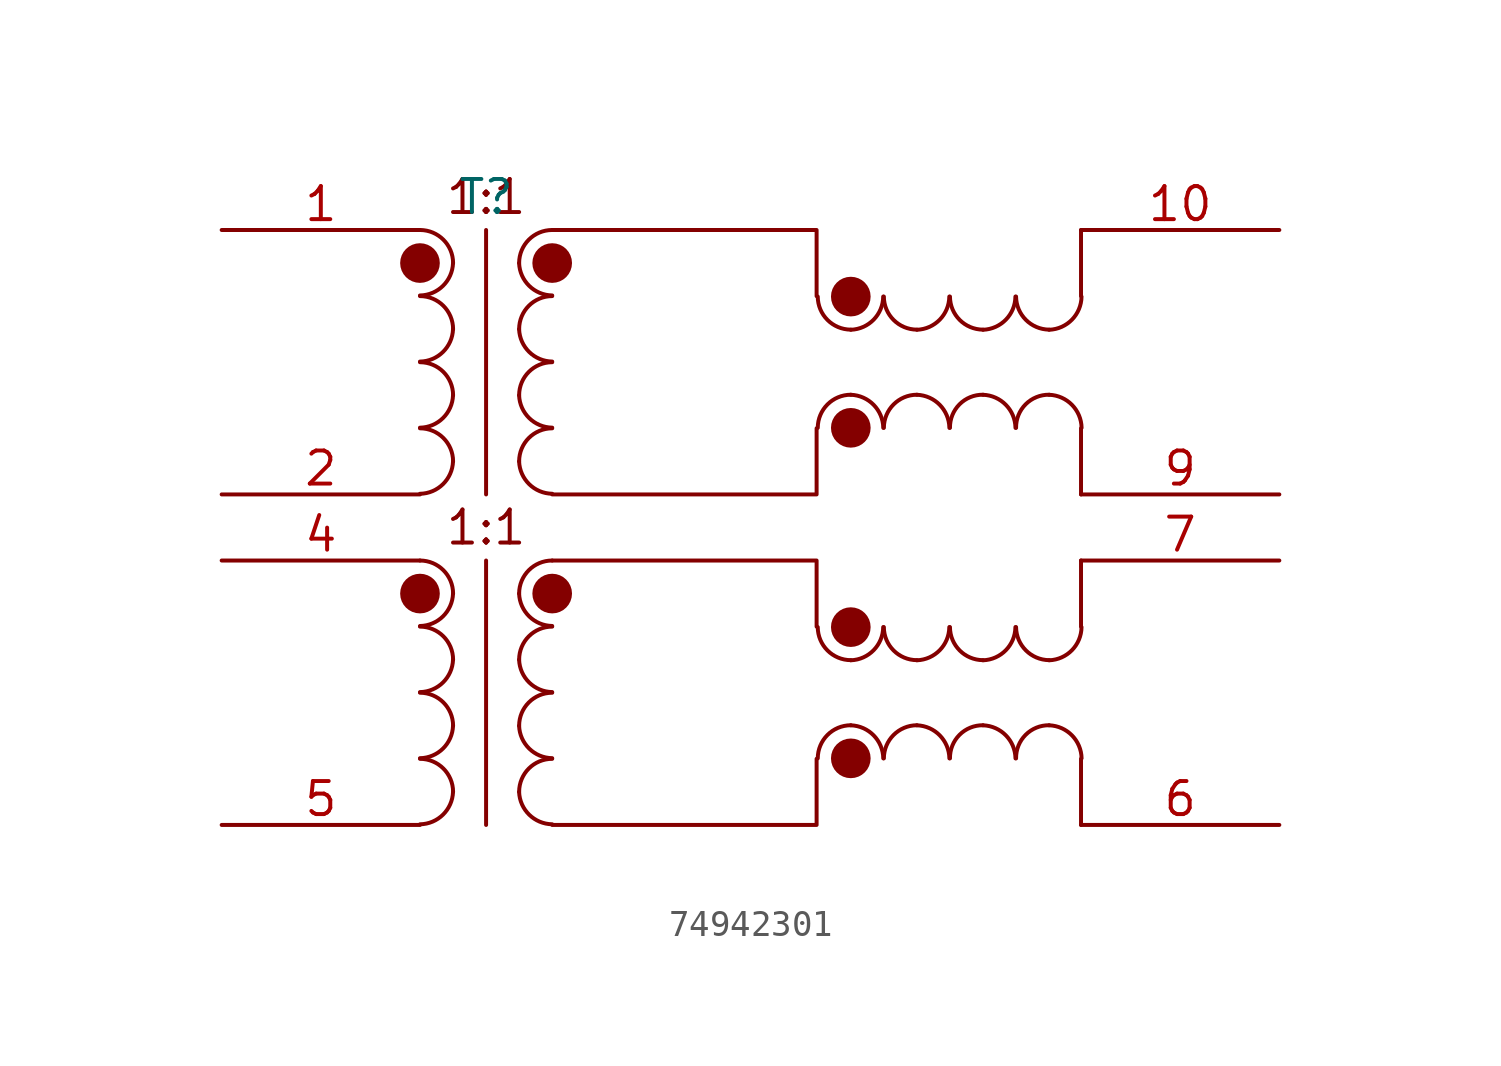
<source format=kicad_sym>
(kicad_symbol_lib
  (version 20220914)
  (generator kicad_symbol_editor)
  (symbol "74942301"
    (pin_names hide)
    (property "Reference" "T"
      (at 0 12.7 0)
      (effects (font (size 1.27 1.27))))
    (property "Critical Parameter" ""
      (at 0 -5.08 0)
      (effects (font (size 1.27 1.27)) (justify left)))
    (symbol "74942301_0_1"
      (arc (start -2.54 -11.4046) (mid -1.6561 -11.0363) (end -1.27 -10.16) (stroke (width 0) (type default)) (fill (type none)))
      (arc (start -2.54 -8.8646) (mid -1.6561 -8.4963) (end -1.27 -7.62) (stroke (width 0) (type default)) (fill (type none)))
      (arc (start -2.54 -6.3246) (mid -1.6561 -5.9563) (end -1.27 -5.08) (stroke (width 0) (type default)) (fill (type none)))
      (arc (start -2.54 -3.7846) (mid -1.6561 -3.4163) (end -1.27 -2.54) (stroke (width 0) (type default)) (fill (type none)))
      (arc (start -2.54 1.2954) (mid -1.6561 1.6637) (end -1.27 2.54) (stroke (width 0) (type default)) (fill (type none)))
      (arc (start -2.54 3.8354) (mid -1.6561 4.2037) (end -1.27 5.08) (stroke (width 0) (type default)) (fill (type none)))
      (arc (start -2.54 6.3754) (mid -1.6561 6.7437) (end -1.27 7.62) (stroke (width 0) (type default)) (fill (type none)))
      (arc (start -2.54 8.9154) (mid -1.6561 9.2837) (end -1.27 10.16) (stroke (width 0) (type default)) (fill (type none)))
      (arc (start -1.27 -10.16) (mid -1.642 -9.262) (end -2.54 -8.89) (stroke (width 0) (type default)) (fill (type none)))
      (arc (start -1.27 -7.62) (mid -1.642 -6.722) (end -2.54 -6.35) (stroke (width 0) (type default)) (fill (type none)))
      (arc (start -1.27 -5.08) (mid -1.642 -4.182) (end -2.54 -3.81) (stroke (width 0) (type default)) (fill (type none)))
      (arc (start -1.27 -2.54) (mid -1.642 -1.642) (end -2.54 -1.27) (stroke (width 0) (type default)) (fill (type none)))
      (arc (start -1.27 2.54) (mid -1.642 3.438) (end -2.54 3.81) (stroke (width 0) (type default)) (fill (type none)))
      (arc (start -1.27 5.08) (mid -1.642 5.978) (end -2.54 6.35) (stroke (width 0) (type default)) (fill (type none)))
      (arc (start -1.27 7.62) (mid -1.642 8.518) (end -2.54 8.89) (stroke (width 0) (type default)) (fill (type none)))
      (arc (start -1.27 10.16) (mid -1.642 11.058) (end -2.54 11.43) (stroke (width 0) (type default)) (fill (type none)))
      (polyline (pts (xy 0 -11.43) (xy 0 -1.27)) (stroke (width 0) (type default)) (fill (type none)))
      (polyline (pts (xy 0 1.27) (xy 0 11.43)) (stroke (width 0) (type default)) (fill (type none)))
      (arc (start 1.27 -10.16) (mid 1.6561 -11.0363) (end 2.54 -11.4046) (stroke (width 0) (type default)) (fill (type none)))
      (arc (start 1.27 -7.62) (mid 1.6561 -8.4963) (end 2.54 -8.8646) (stroke (width 0) (type default)) (fill (type none)))
      (arc (start 1.27 -5.08) (mid 1.6561 -5.9563) (end 2.54 -6.3246) (stroke (width 0) (type default)) (fill (type none)))
      (arc (start 1.27 -2.54) (mid 1.6561 -3.4163) (end 2.54 -3.7846) (stroke (width 0) (type default)) (fill (type none)))
      (arc (start 1.27 2.54) (mid 1.6561 1.6637) (end 2.54 1.2954) (stroke (width 0) (type default)) (fill (type none)))
      (arc (start 1.27 5.08) (mid 1.6561 4.2037) (end 2.54 3.8354) (stroke (width 0) (type default)) (fill (type none)))
      (arc (start 1.27 7.62) (mid 1.6561 6.7437) (end 2.54 6.3754) (stroke (width 0) (type default)) (fill (type none)))
      (arc (start 1.27 10.16) (mid 1.6561 9.2837) (end 2.54 8.9154) (stroke (width 0) (type default)) (fill (type none)))
      (arc (start 2.54 -8.89) (mid 1.642 -9.262) (end 1.27 -10.16) (stroke (width 0) (type default)) (fill (type none)))
      (arc (start 2.54 -6.35) (mid 1.642 -6.722) (end 1.27 -7.62) (stroke (width 0) (type default)) (fill (type none)))
      (arc (start 2.54 -3.81) (mid 1.642 -4.182) (end 1.27 -5.08) (stroke (width 0) (type default)) (fill (type none)))
      (arc (start 2.54 -1.27) (mid 1.642 -1.642) (end 1.27 -2.54) (stroke (width 0) (type default)) (fill (type none)))
      (arc (start 2.54 3.81) (mid 1.642 3.438) (end 1.27 2.54) (stroke (width 0) (type default)) (fill (type none)))
      (arc (start 2.54 6.35) (mid 1.642 5.978) (end 1.27 5.08) (stroke (width 0) (type default)) (fill (type none)))
      (arc (start 2.54 8.89) (mid 1.642 8.518) (end 1.27 7.62) (stroke (width 0) (type default)) (fill (type none)))
      (arc (start 2.54 11.43) (mid 1.642 11.058) (end 1.27 10.16) (stroke (width 0) (type default)) (fill (type none)))
      (arc (start 12.7445 -3.8285) (mid 13.1166 -4.7264) (end 14.0145 -5.0985) (stroke (width 0) (type default)) (fill (type none)))
      (arc (start 12.7445 8.8715) (mid 13.1166 7.9736) (end 14.0145 7.6015) (stroke (width 0) (type default)) (fill (type none)))
      (arc (start 14.0145 -7.6015) (mid 13.1166 -7.9736) (end 12.7445 -8.8715) (stroke (width 0) (type default)) (fill (type none)))
      (arc (start 14.0145 -5.0985) (mid 14.8908 -4.7124) (end 15.2591 -3.8285) (stroke (width 0) (type default)) (fill (type none)))
      (arc (start 14.0145 5.0985) (mid 13.1166 4.7264) (end 12.7445 3.8285) (stroke (width 0) (type default)) (fill (type none)))
      (arc (start 14.0145 7.6015) (mid 14.8908 7.9876) (end 15.2591 8.8715) (stroke (width 0) (type default)) (fill (type none)))
      (arc (start 15.2591 -8.8715) (mid 14.8908 -7.9876) (end 14.0145 -7.6015) (stroke (width 0) (type default)) (fill (type none)))
      (arc (start 15.2591 3.8285) (mid 14.8908 4.7124) (end 14.0145 5.0985) (stroke (width 0) (type default)) (fill (type none)))
      (arc (start 15.2845 -3.8285) (mid 15.6566 -4.7264) (end 16.5545 -5.0985) (stroke (width 0) (type default)) (fill (type none)))
      (arc (start 15.2845 8.8715) (mid 15.6566 7.9736) (end 16.5545 7.6015) (stroke (width 0) (type default)) (fill (type none)))
      (arc (start 16.5545 -7.6015) (mid 15.6566 -7.9736) (end 15.2845 -8.8715) (stroke (width 0) (type default)) (fill (type none)))
      (arc (start 16.5545 -5.0985) (mid 17.4308 -4.7124) (end 17.7991 -3.8285) (stroke (width 0) (type default)) (fill (type none)))
      (arc (start 16.5545 5.0985) (mid 15.6566 4.7264) (end 15.2845 3.8285) (stroke (width 0) (type default)) (fill (type none)))
      (arc (start 16.5545 7.6015) (mid 17.4308 7.9876) (end 17.7991 8.8715) (stroke (width 0) (type default)) (fill (type none)))
      (arc (start 17.7991 -8.8715) (mid 17.4308 -7.9876) (end 16.5545 -7.6015) (stroke (width 0) (type default)) (fill (type none)))
      (arc (start 17.7991 3.8285) (mid 17.4308 4.7124) (end 16.5545 5.0985) (stroke (width 0) (type default)) (fill (type none)))
      (arc (start 17.8245 -3.8285) (mid 18.1962 -4.7259) (end 19.0945 -5.0985) (stroke (width 0) (type default)) (fill (type none)))
      (arc (start 17.8245 8.8715) (mid 18.1962 7.9741) (end 19.0945 7.6015) (stroke (width 0) (type default)) (fill (type none)))
      (arc (start 19.0945 -7.6015) (mid 18.1941 -7.972) (end 17.8245 -8.8715) (stroke (width 0) (type default)) (fill (type none)))
      (arc (start 19.0945 -5.0985) (mid 19.9708 -4.7124) (end 20.3391 -3.8285) (stroke (width 0) (type default)) (fill (type none)))
      (arc (start 19.0945 5.0985) (mid 18.1941 4.728) (end 17.8245 3.8285) (stroke (width 0) (type default)) (fill (type none)))
      (arc (start 19.0945 7.6015) (mid 19.9708 7.9876) (end 20.3391 8.8715) (stroke (width 0) (type default)) (fill (type none)))
      (arc (start 20.3391 -8.8715) (mid 19.9708 -7.9876) (end 19.0945 -7.6015) (stroke (width 0) (type default)) (fill (type none)))
      (arc (start 20.3391 3.8285) (mid 19.9708 4.7124) (end 19.0945 5.0985) (stroke (width 0) (type default)) (fill (type none)))
      (arc (start 20.3645 -3.8285) (mid 20.7362 -4.7259) (end 21.6345 -5.0985) (stroke (width 0) (type default)) (fill (type none)))
      (arc (start 20.3645 8.8715) (mid 20.7362 7.9741) (end 21.6345 7.6015) (stroke (width 0) (type default)) (fill (type none)))
      (arc (start 21.6345 -7.6015) (mid 20.7341 -7.972) (end 20.3645 -8.8715) (stroke (width 0) (type default)) (fill (type none)))
      (arc (start 21.6345 -5.0985) (mid 22.5108 -4.7124) (end 22.8791 -3.8285) (stroke (width 0) (type default)) (fill (type none)))
      (arc (start 21.6345 5.0985) (mid 20.7341 4.728) (end 20.3645 3.8285) (stroke (width 0) (type default)) (fill (type none)))
      (arc (start 21.6345 7.6015) (mid 22.5108 7.9876) (end 22.8791 8.8715) (stroke (width 0) (type default)) (fill (type none)))
      (arc (start 22.8791 -8.8715) (mid 22.5108 -7.9876) (end 21.6345 -7.6015) (stroke (width 0) (type default)) (fill (type none)))
      (arc (start 22.8791 3.8285) (mid 22.5108 4.7124) (end 21.6345 5.0985) (stroke (width 0) (type default)) (fill (type none))))
    (symbol "74942301_1_1"
      (circle (center -2.54 -2.54) (radius 0.0001) (stroke (width 0.762) (type default)) (fill (type none)))
      (circle (center -2.54 10.16) (radius 0.0001) (stroke (width 0.762) (type default)) (fill (type none)))
      (polyline (pts (xy 22.86 -8.89) (xy 22.86 -11.43)) (stroke (width 0) (type default)) (fill (type none)))
      (polyline (pts (xy 22.86 -3.81) (xy 22.86 -1.27)) (stroke (width 0) (type default)) (fill (type none)))
      (polyline (pts (xy 22.86 3.81) (xy 22.86 1.27)) (stroke (width 0) (type default)) (fill (type none)))
      (polyline (pts (xy 22.86 8.89) (xy 22.86 11.43)) (stroke (width 0) (type default)) (fill (type none)))
      (polyline (pts (xy 2.54 -11.43) (xy 12.7 -11.43) (xy 12.7 -8.89)) (stroke (width 0) (type default)) (fill (type none)))
      (polyline (pts (xy 2.54 -1.27) (xy 12.7 -1.27) (xy 12.7 -3.81)) (stroke (width 0) (type default)) (fill (type none)))
      (polyline (pts (xy 2.54 1.27) (xy 12.7 1.27) (xy 12.7 3.81)) (stroke (width 0) (type default)) (fill (type none)))
      (polyline (pts (xy 2.54 11.43) (xy 12.7 11.43) (xy 12.7 8.89)) (stroke (width 0) (type default)) (fill (type none)))
      (circle (center 2.54 -2.54) (radius 0.0001) (stroke (width 0.762) (type default)) (fill (type none)))
      (circle (center 2.54 10.16) (radius 0.0001) (stroke (width 0.762) (type default)) (fill (type none)))
      (circle (center 14.014 -8.871) (radius 0.0001) (stroke (width 0.762) (type default)) (fill (type none)))
      (circle (center 14.014 -3.829) (radius 0.0001) (stroke (width 0.762) (type default)) (fill (type none)))
      (circle (center 14.014 3.829) (radius 0.0001) (stroke (width 0.762) (type default)) (fill (type none)))
      (circle (center 14.014 8.871) (radius 0.0001) (stroke (width 0.762) (type default)) (fill (type none)))
      (text "1:1" (at 0 0 0) (effects (font (size 1.27 1.27))))
      (text "1:1" (at 0 12.7 0) (effects (font (size 1.27 1.27))))
      (pin passive line (at -10.16 11.43 0) (length 7.62) (name "1" (effects (font (size 1.27 1.27)))) (number "1" (effects (font (size 1.27 1.27)))))
      (pin passive line (at 30.48 11.43 180) (length 7.62) (name "10" (effects (font (size 1.27 1.27)))) (number "10" (effects (font (size 1.27 1.27)))))
      (pin passive line (at -10.16 1.27 0) (length 7.62) (name "2" (effects (font (size 1.27 1.27)))) (number "2" (effects (font (size 1.27 1.27)))))
      (pin passive line (at -10.16 -1.27 0) (length 7.62) (name "4" (effects (font (size 1.27 1.27)))) (number "4" (effects (font (size 1.27 1.27)))))
      (pin passive line (at -10.16 -11.43 0) (length 7.62) (name "5" (effects (font (size 1.27 1.27)))) (number "5" (effects (font (size 1.27 1.27)))))
      (pin passive line (at 30.48 -11.43 180) (length 7.62) (name "6" (effects (font (size 1.27 1.27)))) (number "6" (effects (font (size 1.27 1.27)))))
      (pin passive line (at 30.48 -1.27 180) (length 7.62) (name "7" (effects (font (size 1.27 1.27)))) (number "7" (effects (font (size 1.27 1.27)))))
      (pin passive line (at 30.48 1.27 180) (length 7.62) (name "9" (effects (font (size 1.27 1.27)))) (number "9" (effects (font (size 1.27 1.27))))))))
</source>
